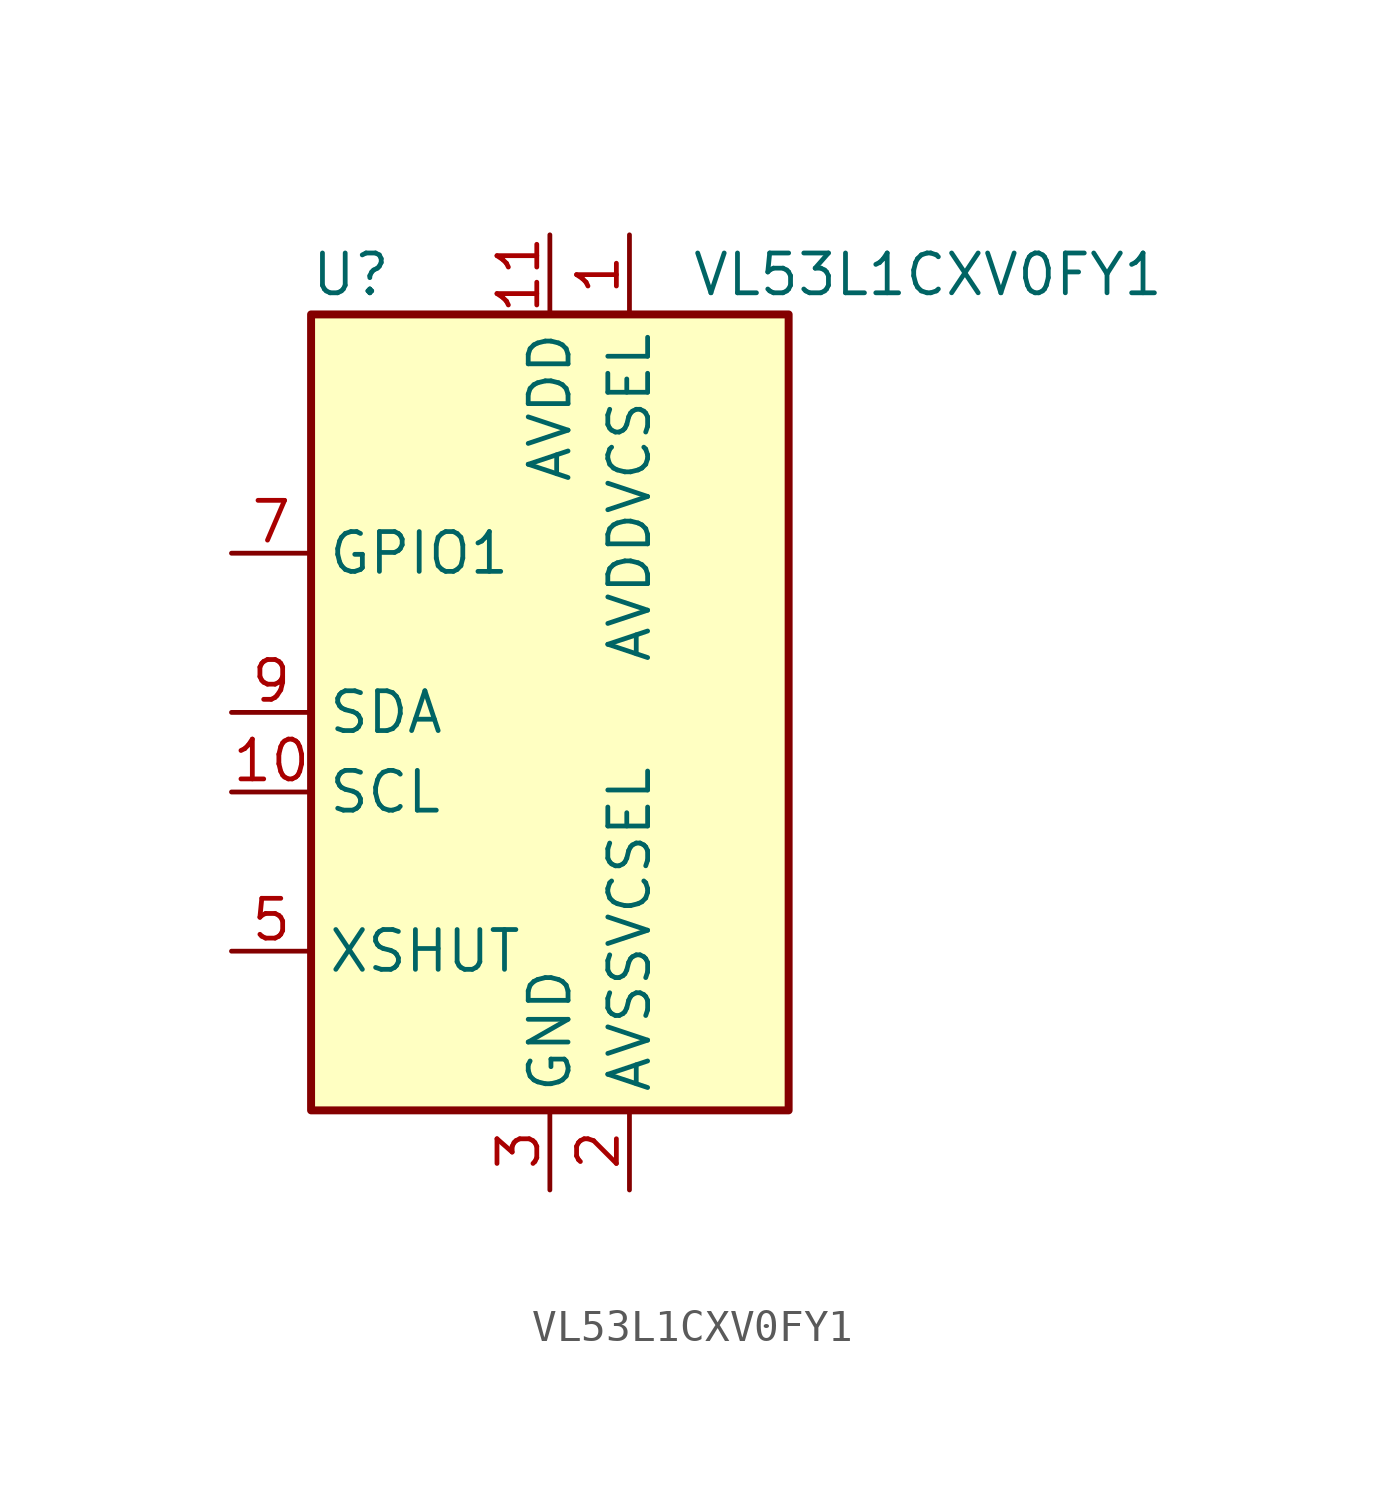
<source format=kicad_sym>
(kicad_symbol_lib
  (version 20200908)
  (generator kicad_symbol_editor)
  (symbol "Sensor_Distance:VL53L1CXV0FY1"
    (property "Reference" "U"
      (at -6.35 13.97 0)
      (effects (font (size 1.27 1.27))))
    (property "Value" "VL53L1CXV0FY1"
      (at 12.065 13.97 0)
      (effects (font (size 1.27 1.27))))
    (symbol "VL53L1CXV0FY1_0_1"
      (rectangle (start -7.62 12.7) (end 7.62 -12.7) (stroke (width 0.254)) (fill (type background))))
    (symbol "VL53L1CXV0FY1_1_1"
      (pin power_in line (at 2.54 15.24 270) (length 2.54) (name "AVDDVCSEL" (effects (font (size 1.27 1.27)))) (number "1" (effects (font (size 1.27 1.27)))))
      (pin input line (at -10.16 -2.54 0) (length 2.54) (name "SCL" (effects (font (size 1.27 1.27)))) (number "10" (effects (font (size 1.27 1.27)))))
      (pin power_in line (at 0 15.24 270) (length 2.54) (name "AVDD" (effects (font (size 1.27 1.27)))) (number "11" (effects (font (size 1.27 1.27)))))
      (pin passive line (at 0 -15.24 90) (length 2.54) hide (name "GND" (effects (font (size 1.27 1.27)))) (number "12" (effects (font (size 1.27 1.27)))))
      (pin power_in line (at 2.54 -15.24 90) (length 2.54) (name "AVSSVCSEL" (effects (font (size 1.27 1.27)))) (number "2" (effects (font (size 1.27 1.27)))))
      (pin power_in line (at 0 -15.24 90) (length 2.54) (name "GND" (effects (font (size 1.27 1.27)))) (number "3" (effects (font (size 1.27 1.27)))))
      (pin passive line (at 0 -15.24 90) (length 2.54) hide (name "GND" (effects (font (size 1.27 1.27)))) (number "4" (effects (font (size 1.27 1.27)))))
      (pin input line (at -10.16 -7.62 0) (length 2.54) (name "XSHUT" (effects (font (size 1.27 1.27)))) (number "5" (effects (font (size 1.27 1.27)))))
      (pin passive line (at 0 -15.24 90) (length 2.54) hide (name "GND" (effects (font (size 1.27 1.27)))) (number "6" (effects (font (size 1.27 1.27)))))
      (pin open_collector line (at -10.16 5.08 0) (length 2.54) (name "GPIO1" (effects (font (size 1.27 1.27)))) (number "7" (effects (font (size 1.27 1.27)))))
      (pin unconnected line (at -7.62 7.62 0) (length 2.54) hide (name "DNC" (effects (font (size 1.27 1.27)))) (number "8" (effects (font (size 1.27 1.27)))))
      (pin bidirectional line (at -10.16 0 0) (length 2.54) (name "SDA" (effects (font (size 1.27 1.27)))) (number "9" (effects (font (size 1.27 1.27))))))))
</source>
